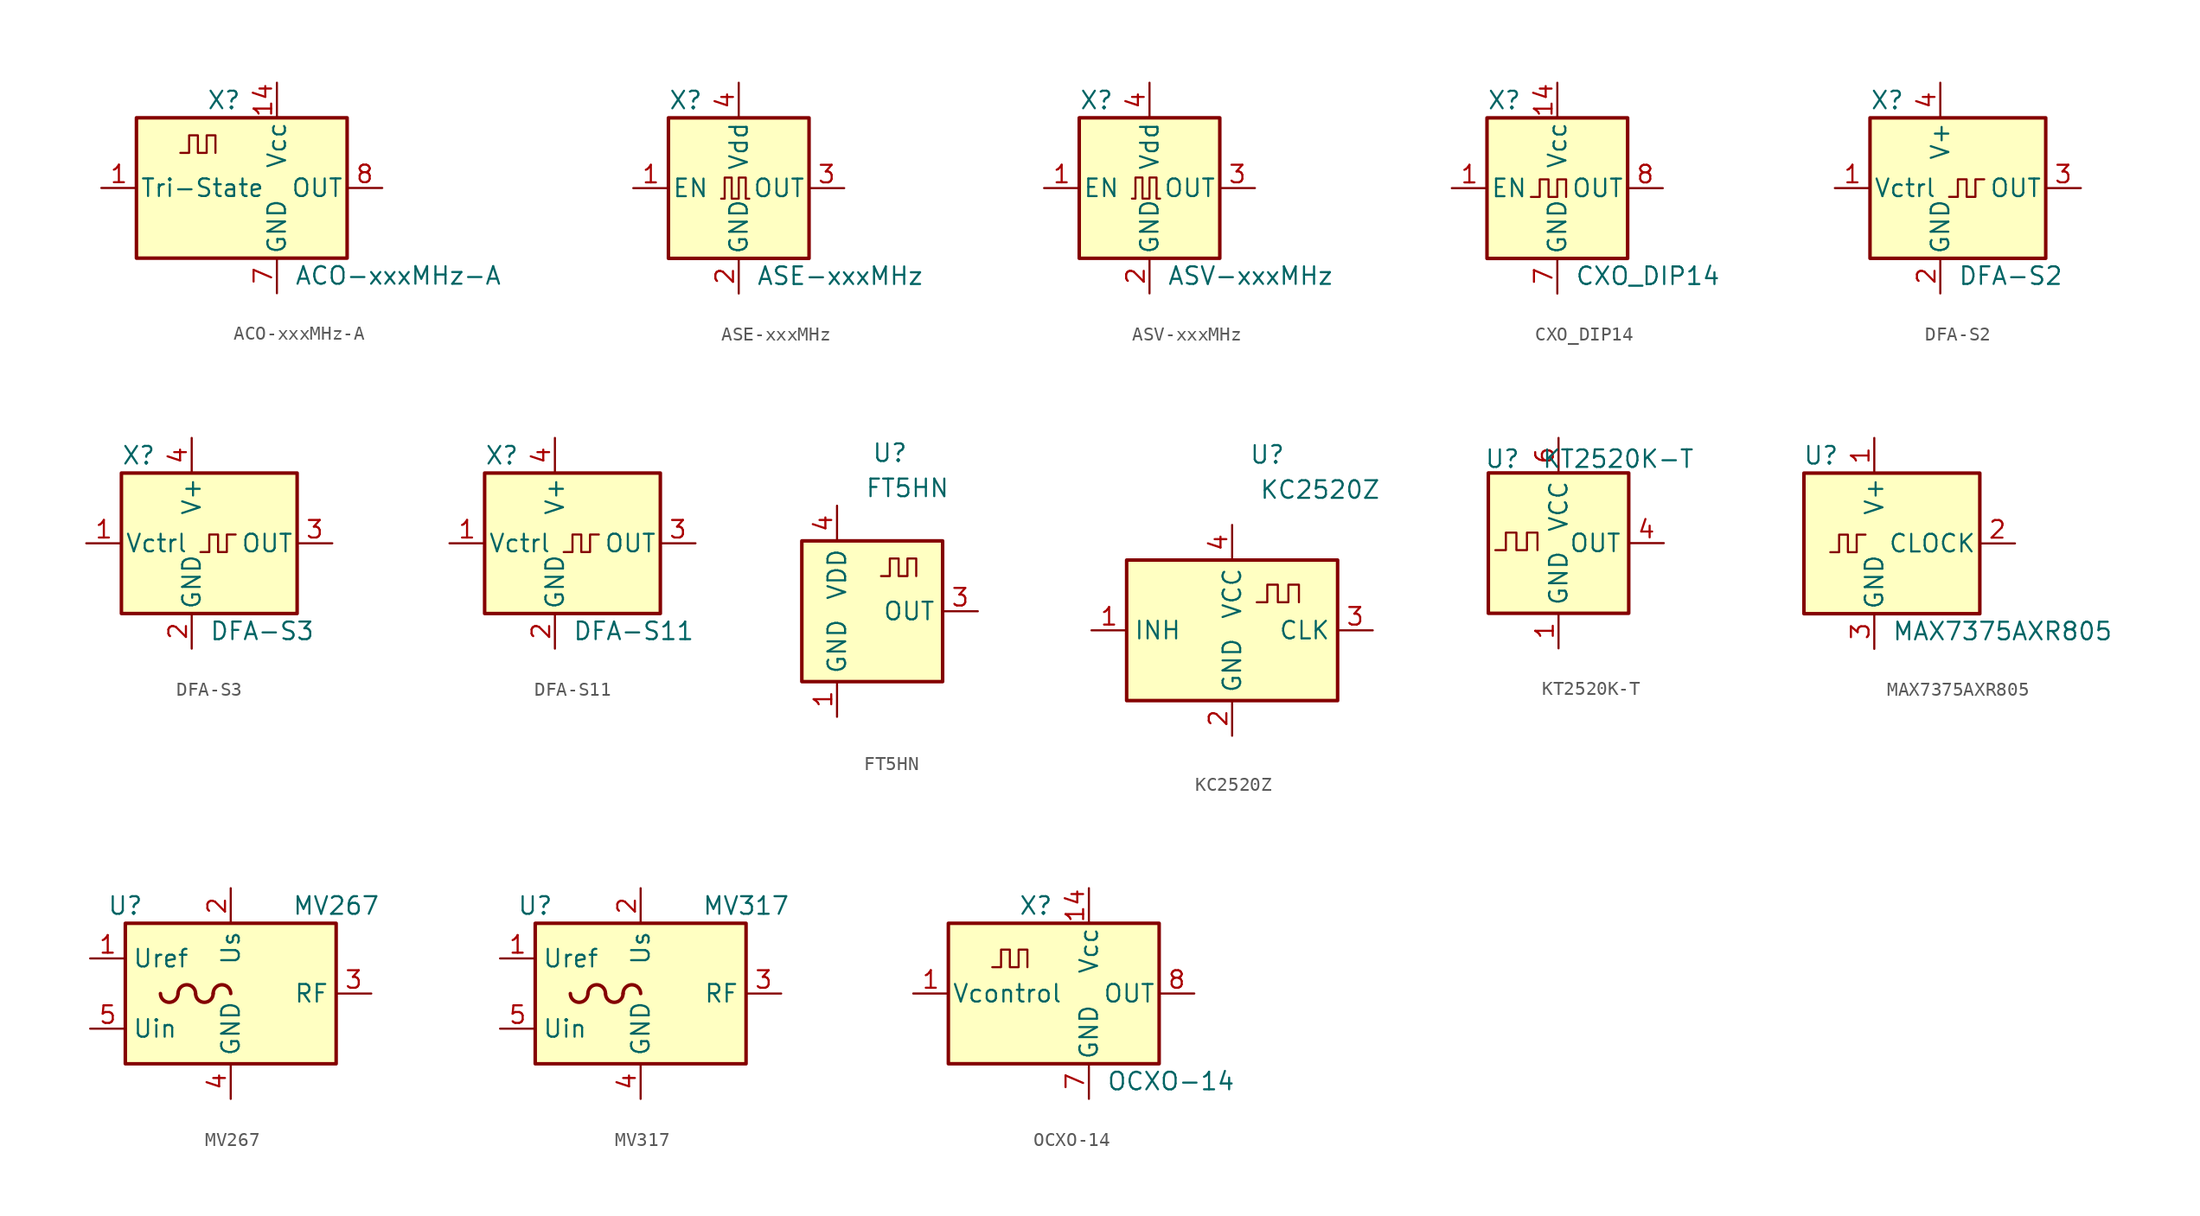
<source format=kicad_sym>
(kicad_symbol_lib
  (version 20220914)
  (generator kicad_symbol_editor)
  (symbol "ACO-xxxMHz-A"
    (pin_names
      (offset 0.254))
    (property "Reference" "X"
      (at -5.08 6.35 0)
      (effects (font (size 1.27 1.27)) (justify left)))
    (property "Value" "ACO-xxxMHz-A"
      (at 1.27 -6.35 0)
      (effects (font (size 1.27 1.27)) (justify left)))
    (symbol "ACO-xxxMHz-A_0_1"
      (rectangle (start -10.16 5.08) (end 5.08 -5.08) (stroke (width 0.254) (type default)) (fill (type background)))
      (polyline (pts (xy -6.985 2.54) (xy -6.35 2.54) (xy -6.35 3.81) (xy -5.715 3.81) (xy -5.715 2.54) (xy -5.08 2.54) (xy -5.08 3.81) (xy -4.445 3.81) (xy -4.445 2.54)) (stroke (width 0) (type default)) (fill (type none))))
    (symbol "ACO-xxxMHz-A_1_1"
      (pin input line (at -12.7 0 0) (length 2.54) (name "Tri-State" (effects (font (size 1.27 1.27)))) (number "1" (effects (font (size 1.27 1.27)))))
      (pin power_in line (at 0 7.62 270) (length 2.54) (name "Vcc" (effects (font (size 1.27 1.27)))) (number "14" (effects (font (size 1.27 1.27)))))
      (pin power_in line (at 0 -7.62 90) (length 2.54) (name "GND" (effects (font (size 1.27 1.27)))) (number "7" (effects (font (size 1.27 1.27)))))
      (pin output line (at 7.62 0 180) (length 2.54) (name "OUT" (effects (font (size 1.27 1.27)))) (number "8" (effects (font (size 1.27 1.27)))))))
  (symbol "ASE-xxxMHz"
    (pin_names
      (offset 0.254))
    (property "Reference" "X"
      (at -5.08 6.35 0)
      (effects (font (size 1.27 1.27)) (justify left)))
    (property "Value" "ASE-xxxMHz"
      (at 1.27 -6.35 0)
      (effects (font (size 1.27 1.27)) (justify left)))
    (symbol "ASE-xxxMHz_0_1"
      (rectangle (start -5.08 5.08) (end 5.08 -5.08) (stroke (width 0.254) (type default)) (fill (type background)))
      (polyline (pts (xy -1.27 -0.762) (xy -1.016 -0.762) (xy -1.016 0.762) (xy -0.508 0.762) (xy -0.508 -0.762) (xy 0 -0.762) (xy 0 0.762) (xy 0.508 0.762) (xy 0.508 -0.762) (xy 0.762 -0.762)) (stroke (width 0) (type default)) (fill (type none))))
    (symbol "ASE-xxxMHz_1_1"
      (pin input line (at -7.62 0 0) (length 2.54) (name "EN" (effects (font (size 1.27 1.27)))) (number "1" (effects (font (size 1.27 1.27)))))
      (pin power_in line (at 0 -7.62 90) (length 2.54) (name "GND" (effects (font (size 1.27 1.27)))) (number "2" (effects (font (size 1.27 1.27)))))
      (pin output line (at 7.62 0 180) (length 2.54) (name "OUT" (effects (font (size 1.27 1.27)))) (number "3" (effects (font (size 1.27 1.27)))))
      (pin power_in line (at 0 7.62 270) (length 2.54) (name "Vdd" (effects (font (size 1.27 1.27)))) (number "4" (effects (font (size 1.27 1.27)))))))
  (symbol "ASV-xxxMHz"
    (pin_names
      (offset 0.254))
    (property "Reference" "X"
      (at -5.08 6.35 0)
      (effects (font (size 1.27 1.27)) (justify left)))
    (property "Value" "ASV-xxxMHz"
      (at 1.27 -6.35 0)
      (effects (font (size 1.27 1.27)) (justify left)))
    (symbol "ASV-xxxMHz_0_1"
      (rectangle (start -5.08 5.08) (end 5.08 -5.08) (stroke (width 0.254) (type default)) (fill (type background)))
      (polyline (pts (xy -1.27 -0.762) (xy -1.016 -0.762) (xy -1.016 0.762) (xy -0.508 0.762) (xy -0.508 -0.762) (xy 0 -0.762) (xy 0 0.762) (xy 0.508 0.762) (xy 0.508 -0.762) (xy 0.762 -0.762)) (stroke (width 0) (type default)) (fill (type none))))
    (symbol "ASV-xxxMHz_1_1"
      (pin input line (at -7.62 0 0) (length 2.54) (name "EN" (effects (font (size 1.27 1.27)))) (number "1" (effects (font (size 1.27 1.27)))))
      (pin power_in line (at 0 -7.62 90) (length 2.54) (name "GND" (effects (font (size 1.27 1.27)))) (number "2" (effects (font (size 1.27 1.27)))))
      (pin output line (at 7.62 0 180) (length 2.54) (name "OUT" (effects (font (size 1.27 1.27)))) (number "3" (effects (font (size 1.27 1.27)))))
      (pin power_in line (at 0 7.62 270) (length 2.54) (name "Vdd" (effects (font (size 1.27 1.27)))) (number "4" (effects (font (size 1.27 1.27)))))))
  (symbol "CXO_DIP14"
    (pin_names
      (offset 0.254))
    (property "Reference" "X"
      (at -5.08 6.35 0)
      (effects (font (size 1.27 1.27)) (justify left)))
    (property "Value" "CXO_DIP14"
      (at 1.27 -6.35 0)
      (effects (font (size 1.27 1.27)) (justify left)))
    (symbol "CXO_DIP14_0_1"
      (rectangle (start -5.08 5.08) (end 5.08 -5.08) (stroke (width 0.254) (type default)) (fill (type background)))
      (polyline (pts (xy -1.905 -0.635) (xy -1.27 -0.635) (xy -1.27 0.635) (xy -0.635 0.635) (xy -0.635 -0.635) (xy 0 -0.635) (xy 0 0.635) (xy 0.635 0.635) (xy 0.635 -0.635)) (stroke (width 0) (type default)) (fill (type none))))
    (symbol "CXO_DIP14_1_1"
      (pin input line (at -7.62 0 0) (length 2.54) (name "EN" (effects (font (size 1.27 1.27)))) (number "1" (effects (font (size 1.27 1.27)))))
      (pin power_in line (at 0 7.62 270) (length 2.54) (name "Vcc" (effects (font (size 1.27 1.27)))) (number "14" (effects (font (size 1.27 1.27)))))
      (pin power_in line (at 0 -7.62 90) (length 2.54) (name "GND" (effects (font (size 1.27 1.27)))) (number "7" (effects (font (size 1.27 1.27)))))
      (pin output line (at 7.62 0 180) (length 2.54) (name "OUT" (effects (font (size 1.27 1.27)))) (number "8" (effects (font (size 1.27 1.27)))))))
  (symbol "DFA-S2"
    (pin_names
      (offset 0.254))
    (property "Reference" "X"
      (at -5.08 6.35 0)
      (effects (font (size 1.27 1.27)) (justify left)))
    (property "Value" "DFA-S2"
      (at 1.27 -6.35 0)
      (effects (font (size 1.27 1.27)) (justify left)))
    (symbol "DFA-S2_0_1"
      (rectangle (start -5.08 5.08) (end 7.62 -5.08) (stroke (width 0.254) (type default)) (fill (type background)))
      (polyline (pts (xy 0.635 -0.635) (xy 1.27 -0.635) (xy 1.27 0.635) (xy 1.905 0.635) (xy 1.905 -0.635) (xy 2.54 -0.635) (xy 2.54 0.635) (xy 3.175 0.635)) (stroke (width 0) (type default)) (fill (type none))))
    (symbol "DFA-S2_1_1"
      (pin input line (at -7.62 0 0) (length 2.54) (name "Vctrl" (effects (font (size 1.27 1.27)))) (number "1" (effects (font (size 1.27 1.27)))))
      (pin power_in line (at 0 -7.62 90) (length 2.54) (name "GND" (effects (font (size 1.27 1.27)))) (number "2" (effects (font (size 1.27 1.27)))))
      (pin output line (at 10.16 0 180) (length 2.54) (name "OUT" (effects (font (size 1.27 1.27)))) (number "3" (effects (font (size 1.27 1.27)))))
      (pin power_in line (at 0 7.62 270) (length 2.54) (name "V+" (effects (font (size 1.27 1.27)))) (number "4" (effects (font (size 1.27 1.27)))))))
  (symbol "DFA-S3"
    (pin_names
      (offset 0.254))
    (property "Reference" "X"
      (at -5.08 6.35 0)
      (effects (font (size 1.27 1.27)) (justify left)))
    (property "Value" "DFA-S3"
      (at 1.27 -6.35 0)
      (effects (font (size 1.27 1.27)) (justify left)))
    (symbol "DFA-S3_0_1"
      (rectangle (start -5.08 5.08) (end 7.62 -5.08) (stroke (width 0.254) (type default)) (fill (type background)))
      (polyline (pts (xy 0.635 -0.635) (xy 1.27 -0.635) (xy 1.27 0.635) (xy 1.905 0.635) (xy 1.905 -0.635) (xy 2.54 -0.635) (xy 2.54 0.635) (xy 3.175 0.635)) (stroke (width 0) (type default)) (fill (type none))))
    (symbol "DFA-S3_1_1"
      (pin input line (at -7.62 0 0) (length 2.54) (name "Vctrl" (effects (font (size 1.27 1.27)))) (number "1" (effects (font (size 1.27 1.27)))))
      (pin power_in line (at 0 -7.62 90) (length 2.54) (name "GND" (effects (font (size 1.27 1.27)))) (number "2" (effects (font (size 1.27 1.27)))))
      (pin output line (at 10.16 0 180) (length 2.54) (name "OUT" (effects (font (size 1.27 1.27)))) (number "3" (effects (font (size 1.27 1.27)))))
      (pin power_in line (at 0 7.62 270) (length 2.54) (name "V+" (effects (font (size 1.27 1.27)))) (number "4" (effects (font (size 1.27 1.27)))))))
  (symbol "DFA-S11"
    (pin_names
      (offset 0.254))
    (property "Reference" "X"
      (at -5.08 6.35 0)
      (effects (font (size 1.27 1.27)) (justify left)))
    (property "Value" "DFA-S11"
      (at 1.27 -6.35 0)
      (effects (font (size 1.27 1.27)) (justify left)))
    (symbol "DFA-S11_0_1"
      (rectangle (start -5.08 5.08) (end 7.62 -5.08) (stroke (width 0.254) (type default)) (fill (type background)))
      (polyline (pts (xy 0.635 -0.635) (xy 1.27 -0.635) (xy 1.27 0.635) (xy 1.905 0.635) (xy 1.905 -0.635) (xy 2.54 -0.635) (xy 2.54 0.635) (xy 3.175 0.635)) (stroke (width 0) (type default)) (fill (type none))))
    (symbol "DFA-S11_1_1"
      (pin input line (at -7.62 0 0) (length 2.54) (name "Vctrl" (effects (font (size 1.27 1.27)))) (number "1" (effects (font (size 1.27 1.27)))))
      (pin power_in line (at 0 -7.62 90) (length 2.54) (name "GND" (effects (font (size 1.27 1.27)))) (number "2" (effects (font (size 1.27 1.27)))))
      (pin output line (at 10.16 0 180) (length 2.54) (name "OUT" (effects (font (size 1.27 1.27)))) (number "3" (effects (font (size 1.27 1.27)))))
      (pin power_in line (at 0 7.62 270) (length 2.54) (name "V+" (effects (font (size 1.27 1.27)))) (number "4" (effects (font (size 1.27 1.27)))))))
  (symbol "FT5HN"
    (property "Reference" "U"
      (at 1.27 11.43 0)
      (effects (font (size 1.27 1.27))))
    (property "Value" "FT5HN"
      (at 2.54 8.89 0)
      (effects (font (size 1.27 1.27))))
    (symbol "FT5HN_0_1"
      (rectangle (start -5.08 5.08) (end 5.08 -5.08) (stroke (width 0.254) (type default)) (fill (type background)))
      (polyline (pts (xy 0.635 2.54) (xy 1.27 2.54) (xy 1.27 3.81) (xy 1.905 3.81) (xy 1.905 2.54) (xy 2.54 2.54) (xy 2.54 3.81) (xy 3.175 3.81) (xy 3.175 2.54)) (stroke (width 0) (type default)) (fill (type none))))
    (symbol "FT5HN_1_1"
      (pin power_in line (at -2.54 -7.62 90) (length 2.54) (name "GND" (effects (font (size 1.27 1.27)))) (number "1" (effects (font (size 1.27 1.27)))))
      (pin passive line (at -2.54 -7.62 90) (length 2.54) hide (name "GND" (effects (font (size 1.27 1.27)))) (number "2" (effects (font (size 1.27 1.27)))))
      (pin output line (at 7.62 0 180) (length 2.54) (name "OUT" (effects (font (size 1.27 1.27)))) (number "3" (effects (font (size 1.27 1.27)))))
      (pin power_in line (at -2.54 7.62 270) (length 2.54) (name "VDD" (effects (font (size 1.27 1.27)))) (number "4" (effects (font (size 1.27 1.27)))))))
  (symbol "KC2520Z"
    (property "Reference" "U"
      (at 2.54 12.7 0)
      (effects (font (size 1.27 1.27))))
    (property "Value" "KC2520Z"
      (at 6.35 10.16 0)
      (effects (font (size 1.27 1.27))))
    (symbol "KC2520Z_0_1"
      (rectangle (start -7.62 5.08) (end 7.62 -5.08) (stroke (width 0.254) (type default)) (fill (type background))))
    (symbol "KC2520Z_1_1"
      (polyline (pts (xy 1.778 2.032) (xy 2.54 2.032) (xy 2.54 3.302) (xy 3.302 3.302) (xy 3.302 2.032) (xy 4.064 2.032) (xy 4.064 3.302) (xy 4.826 3.302) (xy 4.826 2.032)) (stroke (width 0) (type default)) (fill (type none)))
      (pin input line (at -10.16 0 0) (length 2.54) (name "INH" (effects (font (size 1.27 1.27)))) (number "1" (effects (font (size 1.27 1.27)))))
      (pin power_in line (at 0 -7.62 90) (length 2.54) (name "GND" (effects (font (size 1.27 1.27)))) (number "2" (effects (font (size 1.27 1.27)))))
      (pin output line (at 10.16 0 180) (length 2.54) (name "CLK" (effects (font (size 1.27 1.27)))) (number "3" (effects (font (size 1.27 1.27)))))
      (pin power_in line (at 0 7.62 270) (length 2.54) (name "VCC" (effects (font (size 1.27 1.27)))) (number "4" (effects (font (size 1.27 1.27)))))))
  (symbol "KT2520K-T"
    (property "Reference" "U"
      (at -4.064 6.096 0)
      (effects (font (size 1.27 1.27))))
    (property "Value" "KT2520K-T"
      (at 4.318 6.096 0)
      (effects (font (size 1.27 1.27))))
    (symbol "KT2520K-T_0_1"
      (rectangle (start -5.08 5.08) (end 5.08 -5.08) (stroke (width 0.254) (type default)) (fill (type background)))
      (polyline (pts (xy -4.572 -0.508) (xy -3.81 -0.508) (xy -3.81 0.762) (xy -3.048 0.762) (xy -3.048 -0.508) (xy -2.286 -0.508) (xy -2.286 0.762) (xy -1.524 0.762) (xy -1.524 -0.508)) (stroke (width 0) (type default)) (fill (type none))))
    (symbol "KT2520K-T_1_1"
      (pin power_in line (at 0 -7.62 90) (length 2.54) (name "GND" (effects (font (size 1.27 1.27)))) (number "1" (effects (font (size 1.27 1.27)))))
      (pin no_connect line (at -5.08 2.54 0) (length 2.54) hide (name "NC" (effects (font (size 1.27 1.27)))) (number "2" (effects (font (size 1.27 1.27)))))
      (pin passive line (at 0 -7.62 90) (length 2.54) hide (name "GND" (effects (font (size 1.27 1.27)))) (number "3" (effects (font (size 1.27 1.27)))))
      (pin output line (at 7.62 0 180) (length 2.54) (name "OUT" (effects (font (size 1.27 1.27)))) (number "4" (effects (font (size 1.27 1.27)))))
      (pin no_connect line (at -5.08 -2.54 0) (length 2.54) hide (name "NC" (effects (font (size 1.27 1.27)))) (number "5" (effects (font (size 1.27 1.27)))))
      (pin power_in line (at 0 7.62 270) (length 2.54) (name "VCC" (effects (font (size 1.27 1.27)))) (number "6" (effects (font (size 1.27 1.27)))))))
  (symbol "MAX7375AXR805"
    (pin_names
      (offset 0.254))
    (property "Reference" "U"
      (at -2.54 6.35 0)
      (effects (font (size 1.27 1.27)) (justify right)))
    (property "Value" "MAX7375AXR805"
      (at 1.27 -6.35 0)
      (effects (font (size 1.27 1.27)) (justify left)))
    (symbol "MAX7375AXR805_0_1"
      (rectangle (start -5.08 5.08) (end 7.62 -5.08) (stroke (width 0.254) (type default)) (fill (type background)))
      (polyline (pts (xy -3.175 -0.635) (xy -2.54 -0.635) (xy -2.54 0.635) (xy -1.905 0.635) (xy -1.905 -0.635) (xy -1.27 -0.635) (xy -1.27 0.635) (xy -0.635 0.635)) (stroke (width 0) (type default)) (fill (type none))))
    (symbol "MAX7375AXR805_1_1"
      (pin power_in line (at 0 7.62 270) (length 2.54) (name "V+" (effects (font (size 1.27 1.27)))) (number "1" (effects (font (size 1.27 1.27)))))
      (pin output line (at 10.16 0 180) (length 2.54) (name "CLOCK" (effects (font (size 1.27 1.27)))) (number "2" (effects (font (size 1.27 1.27)))))
      (pin power_in line (at 0 -7.62 90) (length 2.54) (name "GND" (effects (font (size 1.27 1.27)))) (number "3" (effects (font (size 1.27 1.27)))))))
  (symbol "MV267"
    (property "Reference" "U"
      (at -7.62 6.35 0)
      (effects (font (size 1.27 1.27))))
    (property "Value" "MV267"
      (at 7.62 6.35 0)
      (effects (font (size 1.27 1.27))))
    (symbol "MV267_0_1"
      (rectangle (start -7.62 5.08) (end 7.62 -5.08) (stroke (width 0.254) (type default)) (fill (type background)))
      (arc (start -5.08 0) (mid -4.445 -0.6323) (end -3.81 0) (stroke (width 0.254) (type default)) (fill (type none)))
      (arc (start -2.54 0) (mid -3.175 0.6323) (end -3.81 0) (stroke (width 0.254) (type default)) (fill (type none)))
      (arc (start -2.54 0) (mid -1.905 -0.6323) (end -1.27 0) (stroke (width 0.254) (type default)) (fill (type none)))
      (arc (start 0 0) (mid -0.635 0.6323) (end -1.27 0) (stroke (width 0.254) (type default)) (fill (type none))))
    (symbol "MV267_1_1"
      (pin output line (at -10.16 2.54 0) (length 2.54) (name "Uref" (effects (font (size 1.27 1.27)))) (number "1" (effects (font (size 1.27 1.27)))))
      (pin power_in line (at 0 7.62 270) (length 2.54) (name "Us" (effects (font (size 1.27 1.27)))) (number "2" (effects (font (size 1.27 1.27)))))
      (pin output line (at 10.16 0 180) (length 2.54) (name "RF" (effects (font (size 1.27 1.27)))) (number "3" (effects (font (size 1.27 1.27)))))
      (pin power_in line (at 0 -7.62 90) (length 2.54) (name "GND" (effects (font (size 1.27 1.27)))) (number "4" (effects (font (size 1.27 1.27)))))
      (pin input line (at -10.16 -2.54 0) (length 2.54) (name "Uin" (effects (font (size 1.27 1.27)))) (number "5" (effects (font (size 1.27 1.27)))))))
  (symbol "MV317"
    (property "Reference" "U"
      (at -7.62 6.35 0)
      (effects (font (size 1.27 1.27))))
    (property "Value" "MV317"
      (at 7.62 6.35 0)
      (effects (font (size 1.27 1.27))))
    (symbol "MV317_0_1"
      (rectangle (start -7.62 5.08) (end 7.62 -5.08) (stroke (width 0.254) (type default)) (fill (type background)))
      (arc (start -5.08 0) (mid -4.445 -0.6323) (end -3.81 0) (stroke (width 0.254) (type default)) (fill (type none)))
      (arc (start -2.54 0) (mid -3.175 0.6323) (end -3.81 0) (stroke (width 0.254) (type default)) (fill (type none)))
      (arc (start -2.54 0) (mid -1.905 -0.6323) (end -1.27 0) (stroke (width 0.254) (type default)) (fill (type none)))
      (arc (start 0 0) (mid -0.635 0.6323) (end -1.27 0) (stroke (width 0.254) (type default)) (fill (type none))))
    (symbol "MV317_1_1"
      (pin output line (at -10.16 2.54 0) (length 2.54) (name "Uref" (effects (font (size 1.27 1.27)))) (number "1" (effects (font (size 1.27 1.27)))))
      (pin power_in line (at 0 7.62 270) (length 2.54) (name "Us" (effects (font (size 1.27 1.27)))) (number "2" (effects (font (size 1.27 1.27)))))
      (pin output line (at 10.16 0 180) (length 2.54) (name "RF" (effects (font (size 1.27 1.27)))) (number "3" (effects (font (size 1.27 1.27)))))
      (pin power_in line (at 0 -7.62 90) (length 2.54) (name "GND" (effects (font (size 1.27 1.27)))) (number "4" (effects (font (size 1.27 1.27)))))
      (pin input line (at -10.16 -2.54 0) (length 2.54) (name "Uin" (effects (font (size 1.27 1.27)))) (number "5" (effects (font (size 1.27 1.27)))))))
  (symbol "OCXO-14"
    (pin_names
      (offset 0.254))
    (property "Reference" "X"
      (at -5.08 6.35 0)
      (effects (font (size 1.27 1.27)) (justify left)))
    (property "Value" "OCXO-14"
      (at 1.27 -6.35 0)
      (effects (font (size 1.27 1.27)) (justify left)))
    (symbol "OCXO-14_0_1"
      (rectangle (start -10.16 5.08) (end 5.08 -5.08) (stroke (width 0.254) (type default)) (fill (type background)))
      (polyline (pts (xy -6.985 1.905) (xy -6.35 1.905) (xy -6.35 3.175) (xy -5.715 3.175) (xy -5.715 1.905) (xy -5.08 1.905) (xy -5.08 3.175) (xy -4.445 3.175) (xy -4.445 1.905)) (stroke (width 0) (type default)) (fill (type none))))
    (symbol "OCXO-14_1_1"
      (pin input line (at -12.7 0 0) (length 2.54) (name "Vcontrol" (effects (font (size 1.27 1.27)))) (number "1" (effects (font (size 1.27 1.27)))))
      (pin power_in line (at 0 7.62 270) (length 2.54) (name "Vcc" (effects (font (size 1.27 1.27)))) (number "14" (effects (font (size 1.27 1.27)))))
      (pin power_in line (at 0 -7.62 90) (length 2.54) (name "GND" (effects (font (size 1.27 1.27)))) (number "7" (effects (font (size 1.27 1.27)))))
      (pin output line (at 7.62 0 180) (length 2.54) (name "OUT" (effects (font (size 1.27 1.27)))) (number "8" (effects (font (size 1.27 1.27))))))))
</source>
